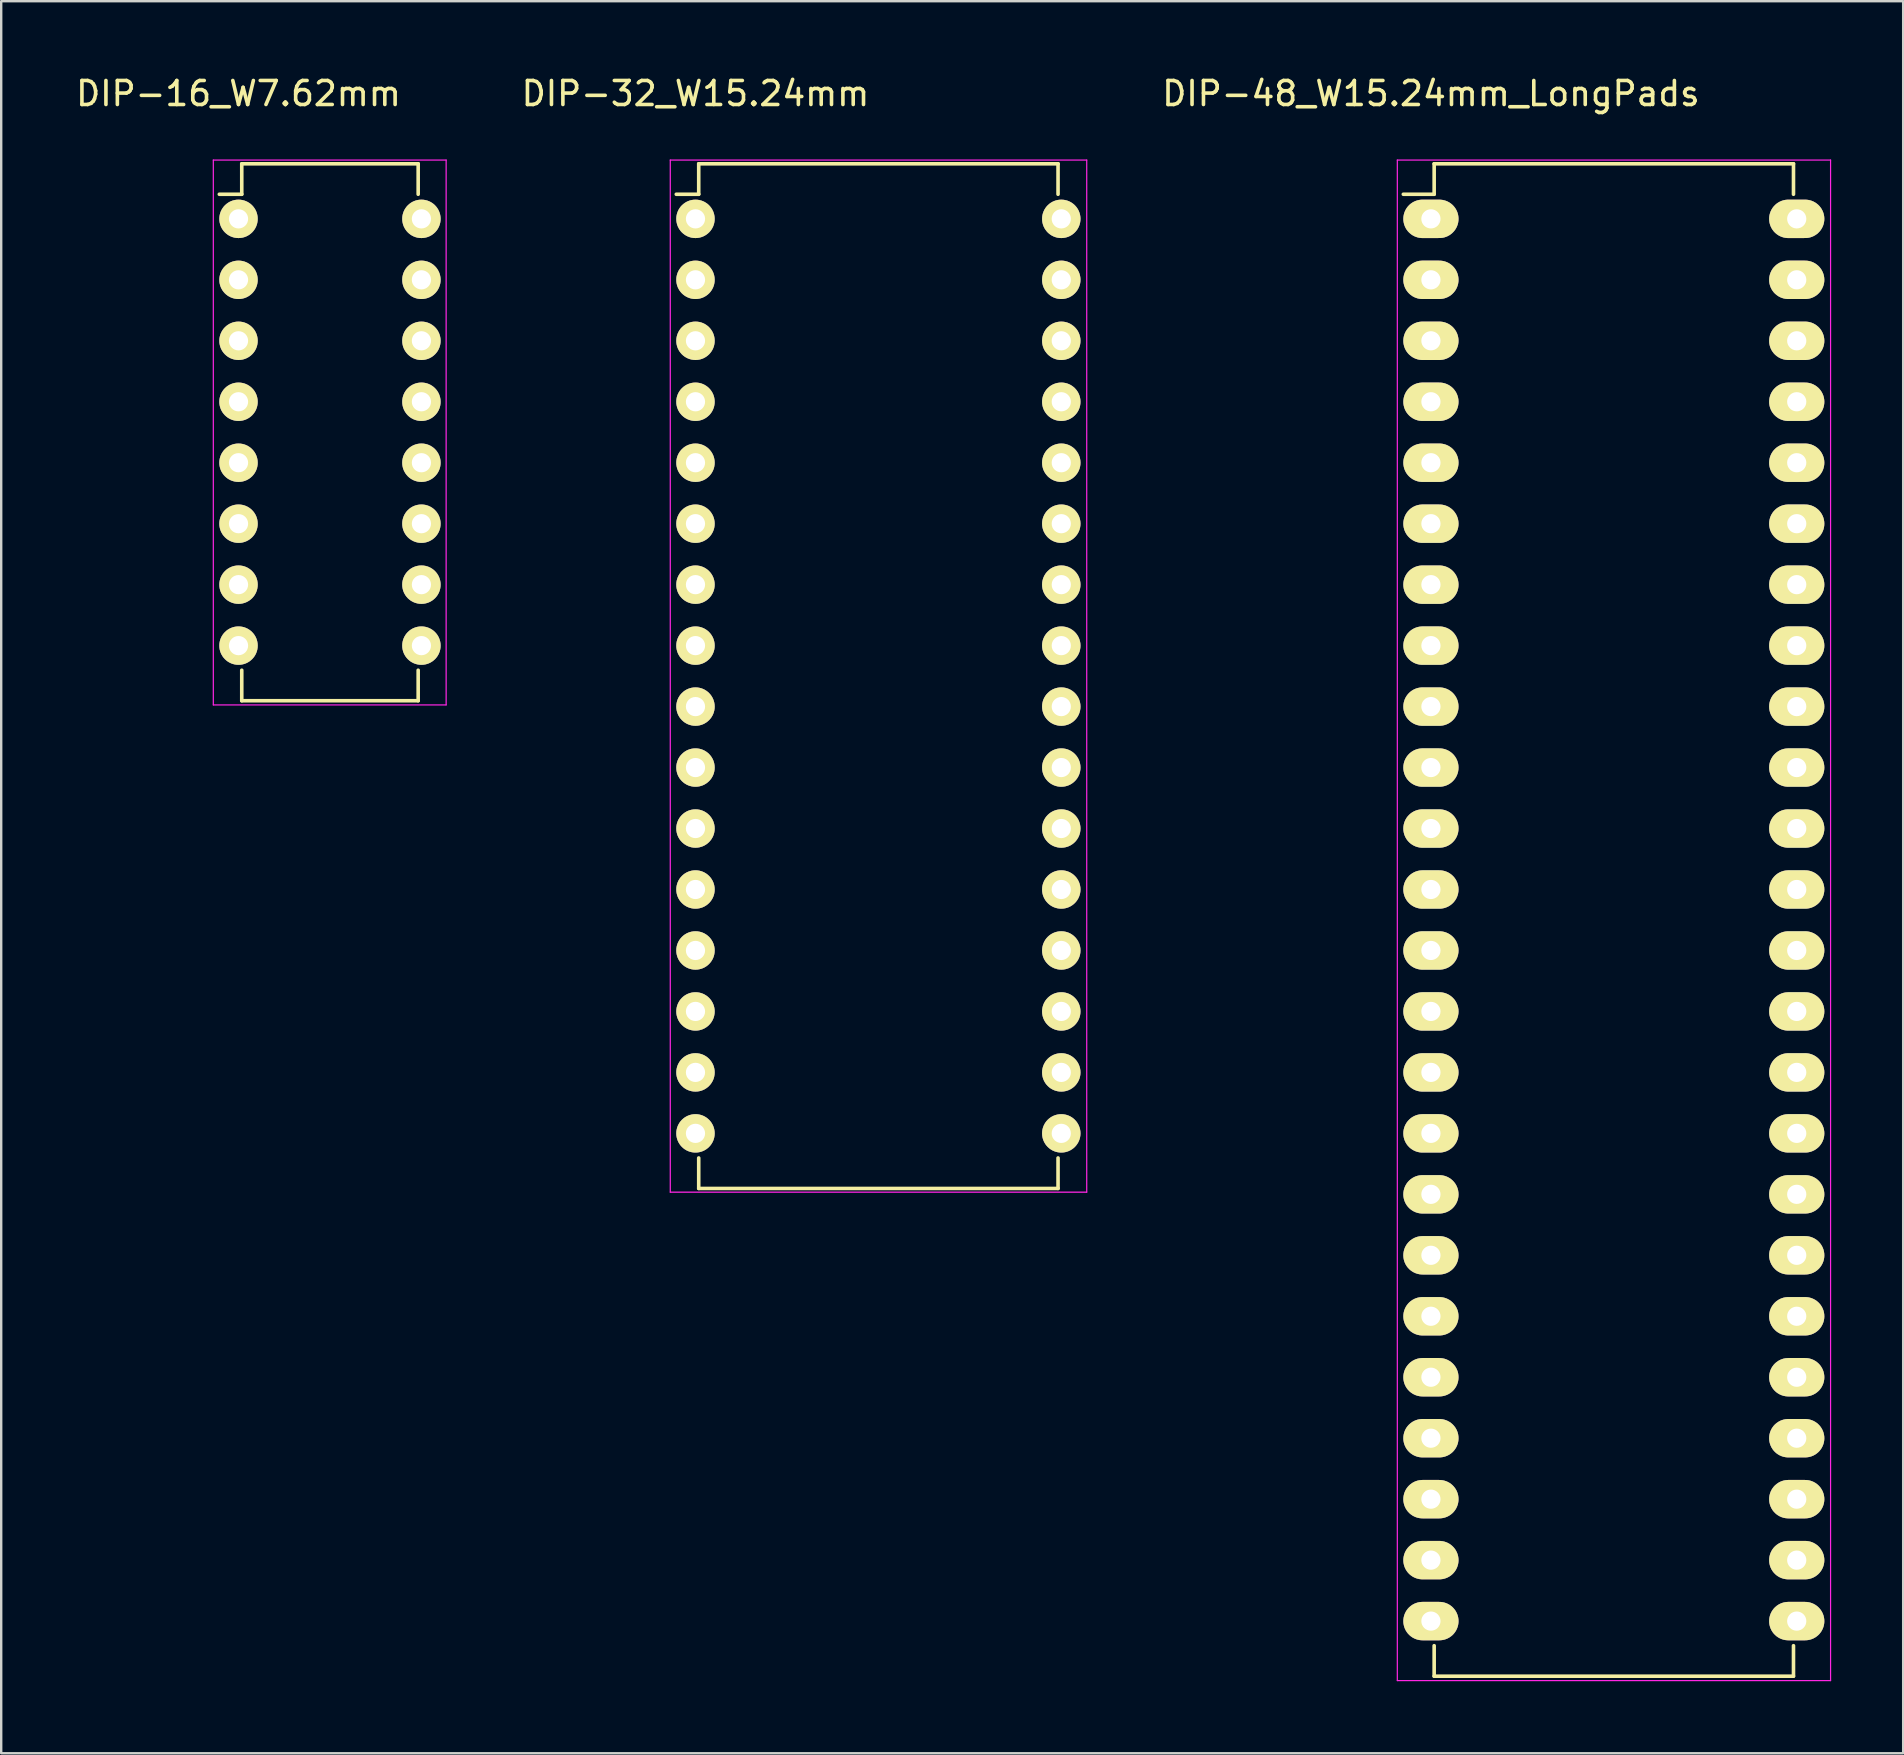
<source format=kicad_pcb>
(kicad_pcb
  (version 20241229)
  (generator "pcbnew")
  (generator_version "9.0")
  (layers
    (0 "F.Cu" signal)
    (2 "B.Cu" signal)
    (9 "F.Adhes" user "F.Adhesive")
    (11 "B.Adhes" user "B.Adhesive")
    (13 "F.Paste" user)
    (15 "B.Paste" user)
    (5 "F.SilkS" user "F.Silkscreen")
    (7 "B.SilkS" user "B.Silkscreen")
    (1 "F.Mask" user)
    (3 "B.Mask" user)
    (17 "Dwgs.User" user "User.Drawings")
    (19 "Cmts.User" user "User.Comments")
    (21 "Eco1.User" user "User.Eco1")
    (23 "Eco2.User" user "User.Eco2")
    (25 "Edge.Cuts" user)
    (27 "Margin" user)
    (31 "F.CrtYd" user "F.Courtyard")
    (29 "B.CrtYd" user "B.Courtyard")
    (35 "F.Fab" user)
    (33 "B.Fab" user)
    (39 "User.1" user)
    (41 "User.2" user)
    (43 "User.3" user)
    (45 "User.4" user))
  (footprint "DIP-48_W15.24mm_LongPads"
    (layer "F.Cu")
    (at 56.565 6.068)
    (property "Reference" "DIP-48_W15.24mm_LongPads" (at 0 -5.22 0) (layer "F.SilkS") (effects (font (size 1 1) (thickness 0.15))))
    (attr through_hole)
    (fp_line (start 0.135 -2.295) (end 0.135 -1.025) (stroke (width 0.15) (type solid)) (layer "F.SilkS"))
    (fp_line (start 0.135 -2.295) (end 15.105 -2.295) (stroke (width 0.15) (type solid)) (layer "F.SilkS"))
    (fp_line (start 0.135 -1.025) (end -1.15 -1.025) (stroke (width 0.15) (type solid)) (layer "F.SilkS"))
    (fp_line (start 0.135 60.715) (end 0.135 59.445) (stroke (width 0.15) (type solid)) (layer "F.SilkS"))
    (fp_line (start 0.135 60.715) (end 15.105 60.715) (stroke (width 0.15) (type solid)) (layer "F.SilkS"))
    (fp_line (start 15.105 -2.295) (end 15.105 -1.025) (stroke (width 0.15) (type solid)) (layer "F.SilkS"))
    (fp_line (start 15.105 60.715) (end 15.105 59.445) (stroke (width 0.15) (type solid)) (layer "F.SilkS"))
    (fp_line (start -1.4 -2.45) (end -1.4 60.9) (stroke (width 0.05) (type solid)) (layer "F.CrtYd"))
    (fp_line (start -1.4 -2.45) (end 16.65 -2.45) (stroke (width 0.05) (type solid)) (layer "F.CrtYd"))
    (fp_line (start -1.4 60.9) (end 16.65 60.9) (stroke (width 0.05) (type solid)) (layer "F.CrtYd"))
    (fp_line (start 16.65 -2.45) (end 16.65 60.9) (stroke (width 0.05) (type solid)) (layer "F.CrtYd"))
    (pad "1" thru_hole oval (at 0 0) (size 2.3 1.6) (drill 0.8) (layers "*.Cu" "*.Mask" "F.SilkS"))
    (pad "2" thru_hole oval (at 0 2.54) (size 2.3 1.6) (drill 0.8) (layers "*.Cu" "*.Mask" "F.SilkS"))
    (pad "3" thru_hole oval (at 0 5.08) (size 2.3 1.6) (drill 0.8) (layers "*.Cu" "*.Mask" "F.SilkS"))
    (pad "4" thru_hole oval (at 0 7.62) (size 2.3 1.6) (drill 0.8) (layers "*.Cu" "*.Mask" "F.SilkS"))
    (pad "5" thru_hole oval (at 0 10.16) (size 2.3 1.6) (drill 0.8) (layers "*.Cu" "*.Mask" "F.SilkS"))
    (pad "6" thru_hole oval (at 0 12.7) (size 2.3 1.6) (drill 0.8) (layers "*.Cu" "*.Mask" "F.SilkS"))
    (pad "7" thru_hole oval (at 0 15.24) (size 2.3 1.6) (drill 0.8) (layers "*.Cu" "*.Mask" "F.SilkS"))
    (pad "8" thru_hole oval (at 0 17.78) (size 2.3 1.6) (drill 0.8) (layers "*.Cu" "*.Mask" "F.SilkS"))
    (pad "9" thru_hole oval (at 0 20.32) (size 2.3 1.6) (drill 0.8) (layers "*.Cu" "*.Mask" "F.SilkS"))
    (pad "10" thru_hole oval (at 0 22.86) (size 2.3 1.6) (drill 0.8) (layers "*.Cu" "*.Mask" "F.SilkS"))
    (pad "11" thru_hole oval (at 0 25.4) (size 2.3 1.6) (drill 0.8) (layers "*.Cu" "*.Mask" "F.SilkS"))
    (pad "12" thru_hole oval (at 0 27.94) (size 2.3 1.6) (drill 0.8) (layers "*.Cu" "*.Mask" "F.SilkS"))
    (pad "13" thru_hole oval (at 0 30.48) (size 2.3 1.6) (drill 0.8) (layers "*.Cu" "*.Mask" "F.SilkS"))
    (pad "14" thru_hole oval (at 0 33.02) (size 2.3 1.6) (drill 0.8) (layers "*.Cu" "*.Mask" "F.SilkS"))
    (pad "15" thru_hole oval (at 0 35.56) (size 2.3 1.6) (drill 0.8) (layers "*.Cu" "*.Mask" "F.SilkS"))
    (pad "16" thru_hole oval (at 0 38.1) (size 2.3 1.6) (drill 0.8) (layers "*.Cu" "*.Mask" "F.SilkS"))
    (pad "17" thru_hole oval (at 0 40.64) (size 2.3 1.6) (drill 0.8) (layers "*.Cu" "*.Mask" "F.SilkS"))
    (pad "18" thru_hole oval (at 0 43.18) (size 2.3 1.6) (drill 0.8) (layers "*.Cu" "*.Mask" "F.SilkS"))
    (pad "19" thru_hole oval (at 0 45.72) (size 2.3 1.6) (drill 0.8) (layers "*.Cu" "*.Mask" "F.SilkS"))
    (pad "20" thru_hole oval (at 0 48.26) (size 2.3 1.6) (drill 0.8) (layers "*.Cu" "*.Mask" "F.SilkS"))
    (pad "21" thru_hole oval (at 0 50.8) (size 2.3 1.6) (drill 0.8) (layers "*.Cu" "*.Mask" "F.SilkS"))
    (pad "22" thru_hole oval (at 0 53.34) (size 2.3 1.6) (drill 0.8) (layers "*.Cu" "*.Mask" "F.SilkS"))
    (pad "23" thru_hole oval (at 0 55.88) (size 2.3 1.6) (drill 0.8) (layers "*.Cu" "*.Mask" "F.SilkS"))
    (pad "24" thru_hole oval (at 0 58.42) (size 2.3 1.6) (drill 0.8) (layers "*.Cu" "*.Mask" "F.SilkS"))
    (pad "25" thru_hole oval (at 15.24 58.42) (size 2.3 1.6) (drill 0.8) (layers "*.Cu" "*.Mask" "F.SilkS"))
    (pad "26" thru_hole oval (at 15.24 55.88) (size 2.3 1.6) (drill 0.8) (layers "*.Cu" "*.Mask" "F.SilkS"))
    (pad "27" thru_hole oval (at 15.24 53.34) (size 2.3 1.6) (drill 0.8) (layers "*.Cu" "*.Mask" "F.SilkS"))
    (pad "28" thru_hole oval (at 15.24 50.8) (size 2.3 1.6) (drill 0.8) (layers "*.Cu" "*.Mask" "F.SilkS"))
    (pad "29" thru_hole oval (at 15.24 48.26) (size 2.3 1.6) (drill 0.8) (layers "*.Cu" "*.Mask" "F.SilkS"))
    (pad "30" thru_hole oval (at 15.24 45.72) (size 2.3 1.6) (drill 0.8) (layers "*.Cu" "*.Mask" "F.SilkS"))
    (pad "31" thru_hole oval (at 15.24 43.18) (size 2.3 1.6) (drill 0.8) (layers "*.Cu" "*.Mask" "F.SilkS"))
    (pad "32" thru_hole oval (at 15.24 40.64) (size 2.3 1.6) (drill 0.8) (layers "*.Cu" "*.Mask" "F.SilkS"))
    (pad "33" thru_hole oval (at 15.24 38.1) (size 2.3 1.6) (drill 0.8) (layers "*.Cu" "*.Mask" "F.SilkS"))
    (pad "34" thru_hole oval (at 15.24 35.56) (size 2.3 1.6) (drill 0.8) (layers "*.Cu" "*.Mask" "F.SilkS"))
    (pad "35" thru_hole oval (at 15.24 33.02) (size 2.3 1.6) (drill 0.8) (layers "*.Cu" "*.Mask" "F.SilkS"))
    (pad "36" thru_hole oval (at 15.24 30.48) (size 2.3 1.6) (drill 0.8) (layers "*.Cu" "*.Mask" "F.SilkS"))
    (pad "37" thru_hole oval (at 15.24 27.94) (size 2.3 1.6) (drill 0.8) (layers "*.Cu" "*.Mask" "F.SilkS"))
    (pad "38" thru_hole oval (at 15.24 25.4) (size 2.3 1.6) (drill 0.8) (layers "*.Cu" "*.Mask" "F.SilkS"))
    (pad "39" thru_hole oval (at 15.24 22.86) (size 2.3 1.6) (drill 0.8) (layers "*.Cu" "*.Mask" "F.SilkS"))
    (pad "40" thru_hole oval (at 15.24 20.32) (size 2.3 1.6) (drill 0.8) (layers "*.Cu" "*.Mask" "F.SilkS"))
    (pad "41" thru_hole oval (at 15.24 17.78) (size 2.3 1.6) (drill 0.8) (layers "*.Cu" "*.Mask" "F.SilkS"))
    (pad "42" thru_hole oval (at 15.24 15.24) (size 2.3 1.6) (drill 0.8) (layers "*.Cu" "*.Mask" "F.SilkS"))
    (pad "43" thru_hole oval (at 15.24 12.7) (size 2.3 1.6) (drill 0.8) (layers "*.Cu" "*.Mask" "F.SilkS"))
    (pad "44" thru_hole oval (at 15.24 10.16) (size 2.3 1.6) (drill 0.8) (layers "*.Cu" "*.Mask" "F.SilkS"))
    (pad "45" thru_hole oval (at 15.24 7.62) (size 2.3 1.6) (drill 0.8) (layers "*.Cu" "*.Mask" "F.SilkS"))
    (pad "46" thru_hole oval (at 15.24 5.08) (size 2.3 1.6) (drill 0.8) (layers "*.Cu" "*.Mask" "F.SilkS"))
    (pad "47" thru_hole oval (at 15.24 2.54) (size 2.3 1.6) (drill 0.8) (layers "*.Cu" "*.Mask" "F.SilkS"))
    (pad "48" thru_hole oval (at 15.24 0) (size 2.3 1.6) (drill 0.8) (layers "*.Cu" "*.Mask" "F.SilkS")))
  (footprint "DIP-16_W7.62mm"
    (layer "F.Cu")
    (at 6.887 6.068)
    (property "Reference" "DIP-16_W7.62mm" (at 0 -5.22 0) (layer "F.SilkS") (effects (font (size 1 1) (thickness 0.15))))
    (attr through_hole)
    (fp_line (start 0.135 -2.295) (end 0.135 -1.025) (stroke (width 0.15) (type solid)) (layer "F.SilkS"))
    (fp_line (start 0.135 -2.295) (end 7.485 -2.295) (stroke (width 0.15) (type solid)) (layer "F.SilkS"))
    (fp_line (start 0.135 -1.025) (end -0.8 -1.025) (stroke (width 0.15) (type solid)) (layer "F.SilkS"))
    (fp_line (start 0.135 20.075) (end 0.135 18.805) (stroke (width 0.15) (type solid)) (layer "F.SilkS"))
    (fp_line (start 0.135 20.075) (end 7.485 20.075) (stroke (width 0.15) (type solid)) (layer "F.SilkS"))
    (fp_line (start 7.485 -2.295) (end 7.485 -1.025) (stroke (width 0.15) (type solid)) (layer "F.SilkS"))
    (fp_line (start 7.485 20.075) (end 7.485 18.805) (stroke (width 0.15) (type solid)) (layer "F.SilkS"))
    (fp_line (start -1.05 -2.45) (end -1.05 20.25) (stroke (width 0.05) (type solid)) (layer "F.CrtYd"))
    (fp_line (start -1.05 -2.45) (end 8.65 -2.45) (stroke (width 0.05) (type solid)) (layer "F.CrtYd"))
    (fp_line (start -1.05 20.25) (end 8.65 20.25) (stroke (width 0.05) (type solid)) (layer "F.CrtYd"))
    (fp_line (start 8.65 -2.45) (end 8.65 20.25) (stroke (width 0.05) (type solid)) (layer "F.CrtYd"))
    (pad "1" thru_hole oval (at 0 0) (size 1.6 1.6) (drill 0.8) (layers "*.Cu" "*.Mask" "F.SilkS"))
    (pad "2" thru_hole oval (at 0 2.54) (size 1.6 1.6) (drill 0.8) (layers "*.Cu" "*.Mask" "F.SilkS"))
    (pad "3" thru_hole oval (at 0 5.08) (size 1.6 1.6) (drill 0.8) (layers "*.Cu" "*.Mask" "F.SilkS"))
    (pad "4" thru_hole oval (at 0 7.62) (size 1.6 1.6) (drill 0.8) (layers "*.Cu" "*.Mask" "F.SilkS"))
    (pad "5" thru_hole oval (at 0 10.16) (size 1.6 1.6) (drill 0.8) (layers "*.Cu" "*.Mask" "F.SilkS"))
    (pad "6" thru_hole oval (at 0 12.7) (size 1.6 1.6) (drill 0.8) (layers "*.Cu" "*.Mask" "F.SilkS"))
    (pad "7" thru_hole oval (at 0 15.24) (size 1.6 1.6) (drill 0.8) (layers "*.Cu" "*.Mask" "F.SilkS"))
    (pad "8" thru_hole oval (at 0 17.78) (size 1.6 1.6) (drill 0.8) (layers "*.Cu" "*.Mask" "F.SilkS"))
    (pad "9" thru_hole oval (at 7.62 17.78) (size 1.6 1.6) (drill 0.8) (layers "*.Cu" "*.Mask" "F.SilkS"))
    (pad "10" thru_hole oval (at 7.62 15.24) (size 1.6 1.6) (drill 0.8) (layers "*.Cu" "*.Mask" "F.SilkS"))
    (pad "11" thru_hole oval (at 7.62 12.7) (size 1.6 1.6) (drill 0.8) (layers "*.Cu" "*.Mask" "F.SilkS"))
    (pad "12" thru_hole oval (at 7.62 10.16) (size 1.6 1.6) (drill 0.8) (layers "*.Cu" "*.Mask" "F.SilkS"))
    (pad "13" thru_hole oval (at 7.62 7.62) (size 1.6 1.6) (drill 0.8) (layers "*.Cu" "*.Mask" "F.SilkS"))
    (pad "14" thru_hole oval (at 7.62 5.08) (size 1.6 1.6) (drill 0.8) (layers "*.Cu" "*.Mask" "F.SilkS"))
    (pad "15" thru_hole oval (at 7.62 2.54) (size 1.6 1.6) (drill 0.8) (layers "*.Cu" "*.Mask" "F.SilkS"))
    (pad "16" thru_hole oval (at 7.62 0) (size 1.6 1.6) (drill 0.8) (layers "*.Cu" "*.Mask" "F.SilkS")))
  (footprint "DIP-32_W15.24mm"
    (layer "F.Cu")
    (at 25.925 6.068)
    (property "Reference" "DIP-32_W15.24mm" (at 0 -5.22 0) (layer "F.SilkS") (effects (font (size 1 1) (thickness 0.15))))
    (attr through_hole)
    (fp_line (start 0.135 -2.295) (end 0.135 -1.025) (stroke (width 0.15) (type solid)) (layer "F.SilkS"))
    (fp_line (start 0.135 -2.295) (end 15.105 -2.295) (stroke (width 0.15) (type solid)) (layer "F.SilkS"))
    (fp_line (start 0.135 -1.025) (end -0.8 -1.025) (stroke (width 0.15) (type solid)) (layer "F.SilkS"))
    (fp_line (start 0.135 40.395) (end 0.135 39.125) (stroke (width 0.15) (type solid)) (layer "F.SilkS"))
    (fp_line (start 0.135 40.395) (end 15.105 40.395) (stroke (width 0.15) (type solid)) (layer "F.SilkS"))
    (fp_line (start 15.105 -2.295) (end 15.105 -1.025) (stroke (width 0.15) (type solid)) (layer "F.SilkS"))
    (fp_line (start 15.105 40.395) (end 15.105 39.125) (stroke (width 0.15) (type solid)) (layer "F.SilkS"))
    (fp_line (start -1.05 -2.45) (end -1.05 40.55) (stroke (width 0.05) (type solid)) (layer "F.CrtYd"))
    (fp_line (start -1.05 -2.45) (end 16.3 -2.45) (stroke (width 0.05) (type solid)) (layer "F.CrtYd"))
    (fp_line (start -1.05 40.55) (end 16.3 40.55) (stroke (width 0.05) (type solid)) (layer "F.CrtYd"))
    (fp_line (start 16.3 -2.45) (end 16.3 40.55) (stroke (width 0.05) (type solid)) (layer "F.CrtYd"))
    (pad "1" thru_hole oval (at 0 0) (size 1.6 1.6) (drill 0.8) (layers "*.Cu" "*.Mask" "F.SilkS"))
    (pad "2" thru_hole oval (at 0 2.54) (size 1.6 1.6) (drill 0.8) (layers "*.Cu" "*.Mask" "F.SilkS"))
    (pad "3" thru_hole oval (at 0 5.08) (size 1.6 1.6) (drill 0.8) (layers "*.Cu" "*.Mask" "F.SilkS"))
    (pad "4" thru_hole oval (at 0 7.62) (size 1.6 1.6) (drill 0.8) (layers "*.Cu" "*.Mask" "F.SilkS"))
    (pad "5" thru_hole oval (at 0 10.16) (size 1.6 1.6) (drill 0.8) (layers "*.Cu" "*.Mask" "F.SilkS"))
    (pad "6" thru_hole oval (at 0 12.7) (size 1.6 1.6) (drill 0.8) (layers "*.Cu" "*.Mask" "F.SilkS"))
    (pad "7" thru_hole oval (at 0 15.24) (size 1.6 1.6) (drill 0.8) (layers "*.Cu" "*.Mask" "F.SilkS"))
    (pad "8" thru_hole oval (at 0 17.78) (size 1.6 1.6) (drill 0.8) (layers "*.Cu" "*.Mask" "F.SilkS"))
    (pad "9" thru_hole oval (at 0 20.32) (size 1.6 1.6) (drill 0.8) (layers "*.Cu" "*.Mask" "F.SilkS"))
    (pad "10" thru_hole oval (at 0 22.86) (size 1.6 1.6) (drill 0.8) (layers "*.Cu" "*.Mask" "F.SilkS"))
    (pad "11" thru_hole oval (at 0 25.4) (size 1.6 1.6) (drill 0.8) (layers "*.Cu" "*.Mask" "F.SilkS"))
    (pad "12" thru_hole oval (at 0 27.94) (size 1.6 1.6) (drill 0.8) (layers "*.Cu" "*.Mask" "F.SilkS"))
    (pad "13" thru_hole oval (at 0 30.48) (size 1.6 1.6) (drill 0.8) (layers "*.Cu" "*.Mask" "F.SilkS"))
    (pad "14" thru_hole oval (at 0 33.02) (size 1.6 1.6) (drill 0.8) (layers "*.Cu" "*.Mask" "F.SilkS"))
    (pad "15" thru_hole oval (at 0 35.56) (size 1.6 1.6) (drill 0.8) (layers "*.Cu" "*.Mask" "F.SilkS"))
    (pad "16" thru_hole oval (at 0 38.1) (size 1.6 1.6) (drill 0.8) (layers "*.Cu" "*.Mask" "F.SilkS"))
    (pad "17" thru_hole oval (at 15.24 38.1) (size 1.6 1.6) (drill 0.8) (layers "*.Cu" "*.Mask" "F.SilkS"))
    (pad "18" thru_hole oval (at 15.24 35.56) (size 1.6 1.6) (drill 0.8) (layers "*.Cu" "*.Mask" "F.SilkS"))
    (pad "19" thru_hole oval (at 15.24 33.02) (size 1.6 1.6) (drill 0.8) (layers "*.Cu" "*.Mask" "F.SilkS"))
    (pad "20" thru_hole oval (at 15.24 30.48) (size 1.6 1.6) (drill 0.8) (layers "*.Cu" "*.Mask" "F.SilkS"))
    (pad "21" thru_hole oval (at 15.24 27.94) (size 1.6 1.6) (drill 0.8) (layers "*.Cu" "*.Mask" "F.SilkS"))
    (pad "22" thru_hole oval (at 15.24 25.4) (size 1.6 1.6) (drill 0.8) (layers "*.Cu" "*.Mask" "F.SilkS"))
    (pad "23" thru_hole oval (at 15.24 22.86) (size 1.6 1.6) (drill 0.8) (layers "*.Cu" "*.Mask" "F.SilkS"))
    (pad "24" thru_hole oval (at 15.24 20.32) (size 1.6 1.6) (drill 0.8) (layers "*.Cu" "*.Mask" "F.SilkS"))
    (pad "25" thru_hole oval (at 15.24 17.78) (size 1.6 1.6) (drill 0.8) (layers "*.Cu" "*.Mask" "F.SilkS"))
    (pad "26" thru_hole oval (at 15.24 15.24) (size 1.6 1.6) (drill 0.8) (layers "*.Cu" "*.Mask" "F.SilkS"))
    (pad "27" thru_hole oval (at 15.24 12.7) (size 1.6 1.6) (drill 0.8) (layers "*.Cu" "*.Mask" "F.SilkS"))
    (pad "28" thru_hole oval (at 15.24 10.16) (size 1.6 1.6) (drill 0.8) (layers "*.Cu" "*.Mask" "F.SilkS"))
    (pad "29" thru_hole oval (at 15.24 7.62) (size 1.6 1.6) (drill 0.8) (layers "*.Cu" "*.Mask" "F.SilkS"))
    (pad "30" thru_hole oval (at 15.24 5.08) (size 1.6 1.6) (drill 0.8) (layers "*.Cu" "*.Mask" "F.SilkS"))
    (pad "31" thru_hole oval (at 15.24 2.54) (size 1.6 1.6) (drill 0.8) (layers "*.Cu" "*.Mask" "F.SilkS"))
    (pad "32" thru_hole oval (at 15.24 0) (size 1.6 1.6) (drill 0.8) (layers "*.Cu" "*.Mask" "F.SilkS")))
  (gr_rect
    (start -3 -3)
    (end 76.24 69.993)
    (stroke (width 0.1) (type default))
    (fill no)
    (layer "Edge.Cuts")))
</source>
